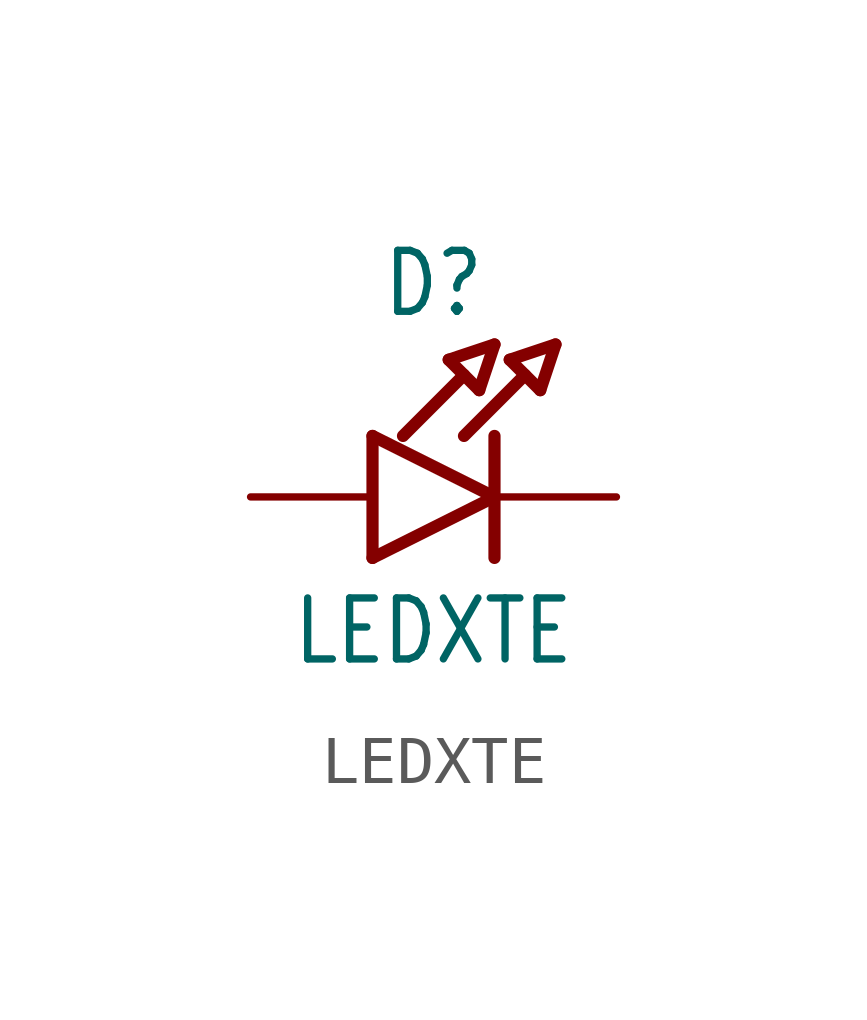
<source format=kicad_sym>
(kicad_symbol_lib
  (version 20201005)
  (generator kicad_symbol_editor)
  (symbol "LEDXTE"
    (property "Reference" "D"
      (at -1.27 4.445 0)
      (effects (font (size 1.27 1.079))))
    (property "Value" "LEDXTE"
      (at -1.27 -2.794 0)
      (effects (font (size 1.27 1.079))))
    (property "ki_locked" ""
      (at 0 0 0)
      (effects (font (size 1.27 1.27))))
    (symbol "LEDXTE_1_0"
      (polyline (pts (xy -2.54 -1.27) (xy 0 0)) (stroke (width 0.254)) (fill (type none)))
      (polyline (pts (xy -2.54 1.27) (xy -2.54 -1.27)) (stroke (width 0.254)) (fill (type none)))
      (polyline (pts (xy -1.905 1.27) (xy -0.635 2.54)) (stroke (width 0.254)) (fill (type none)))
      (polyline (pts (xy -0.953 2.857) (xy -0.318 2.223)) (stroke (width 0.254)) (fill (type none)))
      (polyline (pts (xy -0.635 1.27) (xy 0.635 2.54)) (stroke (width 0.254)) (fill (type none)))
      (polyline (pts (xy -0.318 2.223) (xy 0 3.175)) (stroke (width 0.254)) (fill (type none)))
      (polyline (pts (xy 0 0) (xy -2.54 1.27)) (stroke (width 0.254)) (fill (type none)))
      (polyline (pts (xy 0 0) (xy 0 -1.27)) (stroke (width 0.254)) (fill (type none)))
      (polyline (pts (xy 0 1.27) (xy 0 0)) (stroke (width 0.254)) (fill (type none)))
      (polyline (pts (xy 0 3.175) (xy -0.953 2.857)) (stroke (width 0.254)) (fill (type none)))
      (polyline (pts (xy 0.318 2.857) (xy 0.953 2.223)) (stroke (width 0.254)) (fill (type none)))
      (polyline (pts (xy 0.953 2.223) (xy 1.27 3.175)) (stroke (width 0.254)) (fill (type none)))
      (polyline (pts (xy 1.27 3.175) (xy 0.318 2.857)) (stroke (width 0.254)) (fill (type none)))
      (pin passive line (at -5.08 0 0) (length 2.54) (name "A" (effects (font (size 0 0)))) (number "ANODE" (effects (font (size 0 0)))))
      (pin passive line (at 2.54 0 180) (length 2.54) (name "C" (effects (font (size 0 0)))) (number "CATHODE" (effects (font (size 0 0))))))))
</source>
